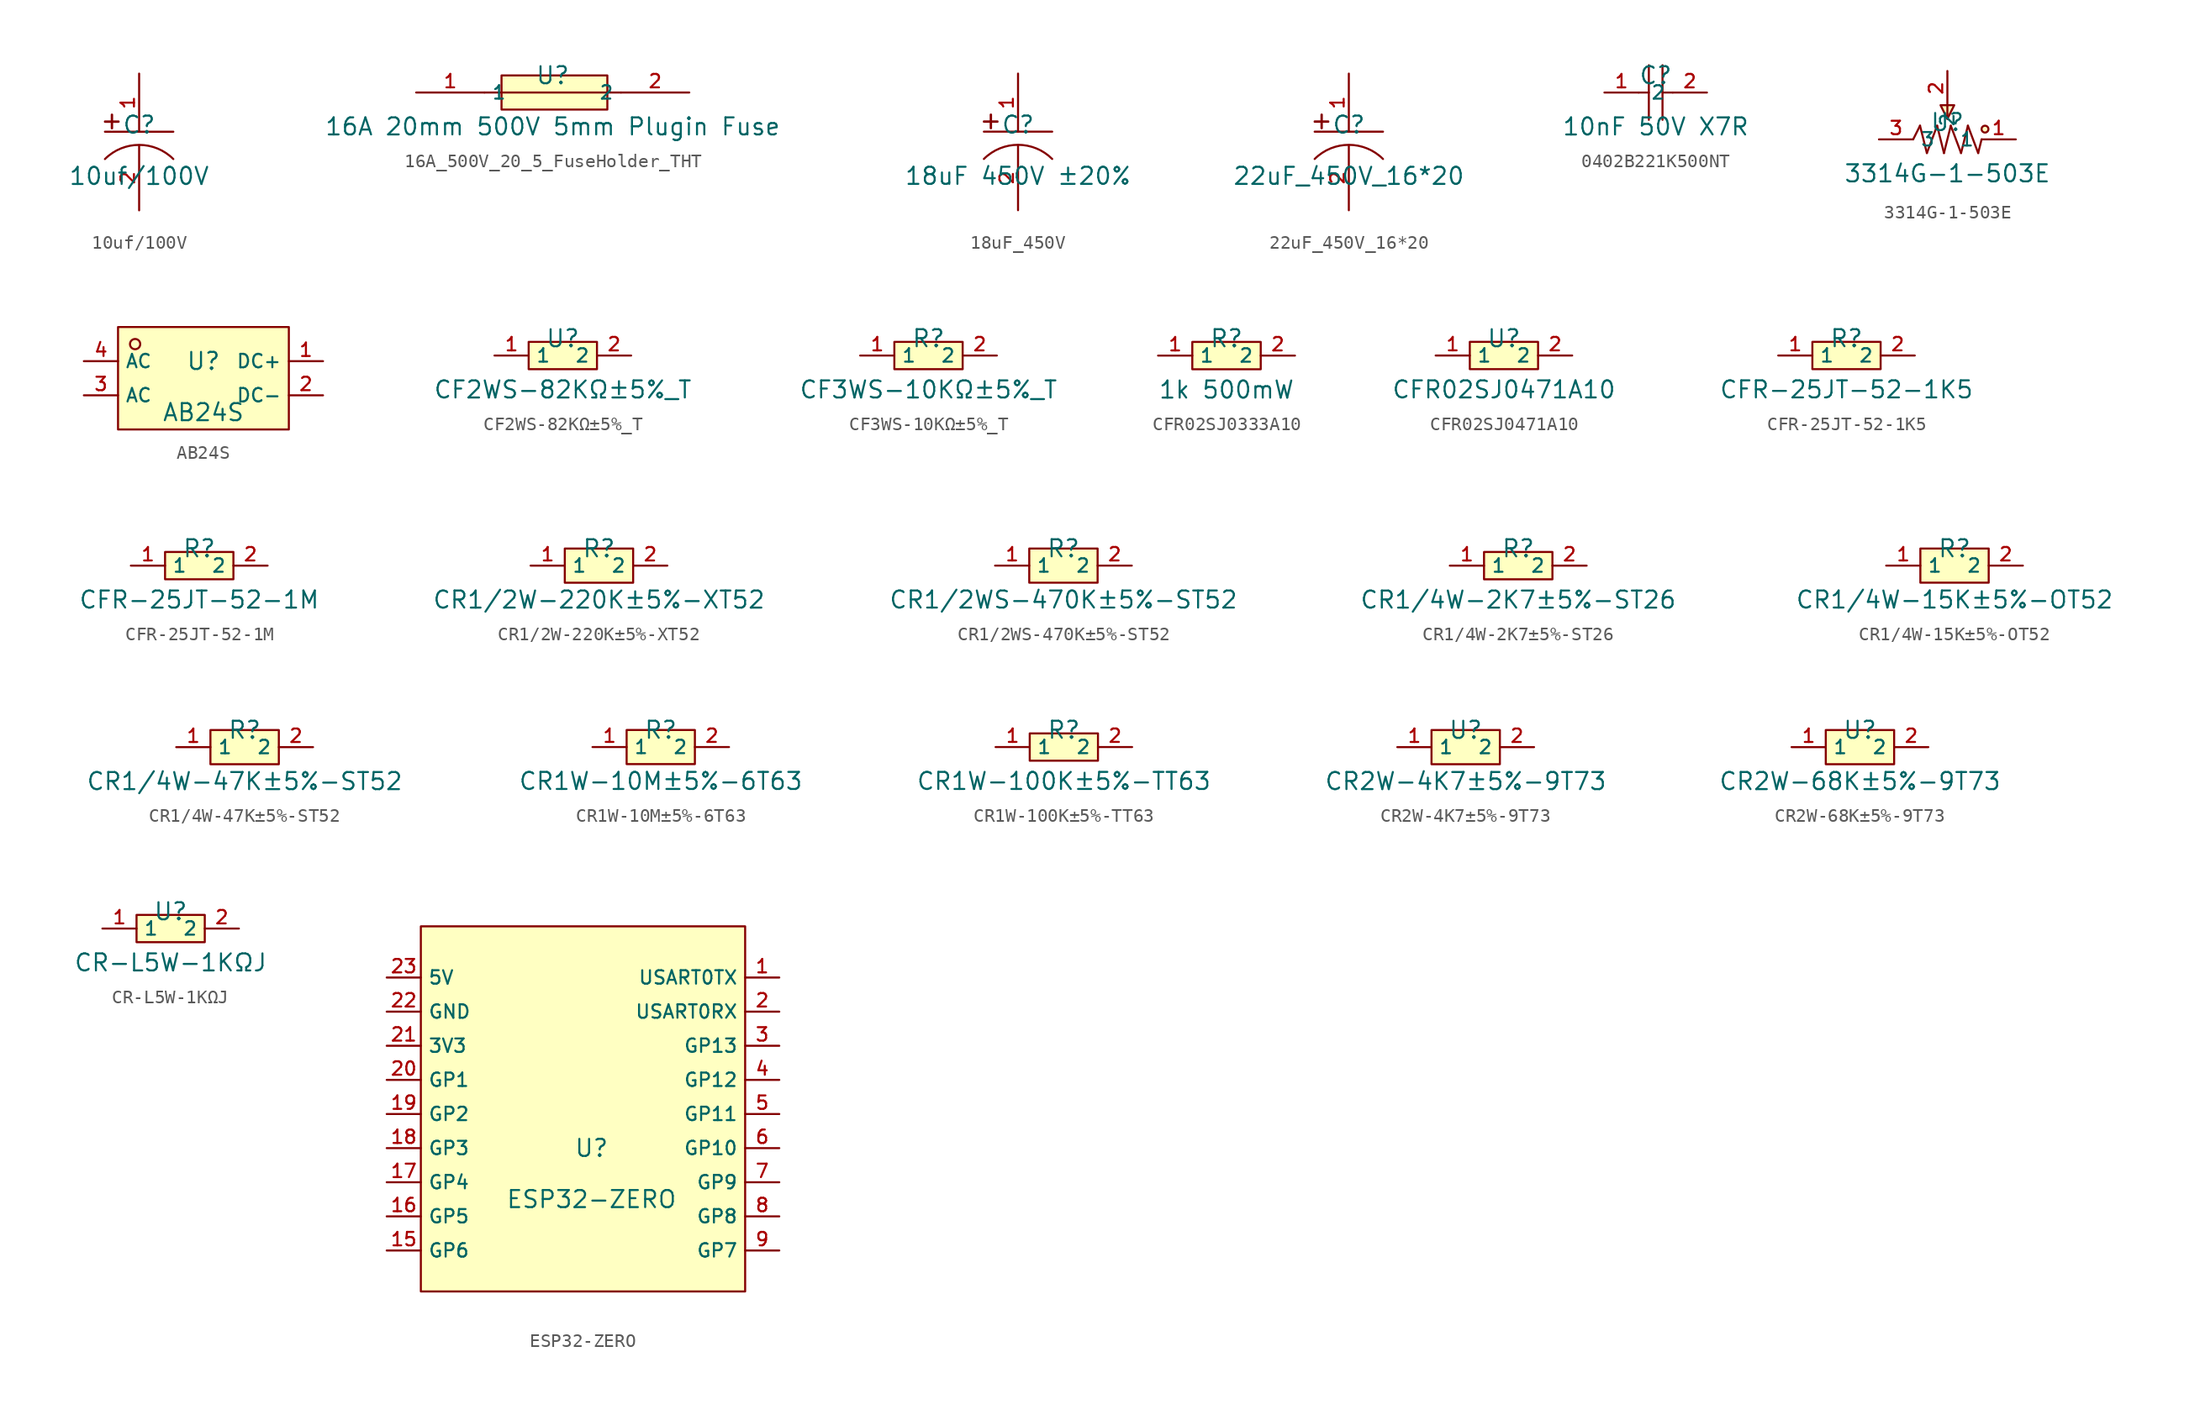
<source format=kicad_sym>
(kicad_symbol_lib
  (version 20241209)
  (generator "kicad_symbol_editor")
  (generator_version "9.0")
  (symbol "10uf/100V"
    (property "Reference" "C"
      (at 0 1.27 0)
      (effects (font (size 1.27 1.27))))
    (property "Value" "10uf{slash}100V"
      (at 0 -2.54 0)
      (effects (font (size 1.27 1.27))))
    (symbol "10uf/100V_0_1"
      (rectangle (start -2.54 1.524) (end -1.524 1.499) (stroke (width 0) (type default)) (fill (type background)))
      (polyline (pts (xy -2.54 0.762) (xy 2.54 0.762)) (stroke (width 0) (type default)) (fill (type none)))
      (rectangle (start -2.032 2.032) (end -2.007 1.016) (stroke (width 0) (type default)) (fill (type background)))
      (arc (start -2.54 -1.27) (mid 0 -0.2179) (end 2.54 -1.27) (stroke (width 0) (type default)) (fill (type none))))
    (symbol "10uf/100V_1_1"
      (pin passive line (at 0 5.08 270) (length 4.318) (name "" (effects (font (size 1 1)))) (number "1" (effects (font (size 1 1)))))
      (pin passive line (at 0 -5.08 90) (length 4.826) (name "" (effects (font (size 1 1)))) (number "2" (effects (font (size 1 1)))))))
  (symbol "16A_500V_20_5_FuseHolder_THT"
    (property "Reference" "U"
      (at 0 1.27 0)
      (effects (font (size 1.27 1.27))))
    (property "Value" "16A 20mm 500V 5mm Plugin Fuse"
      (at 0 -2.54 0)
      (effects (font (size 1.27 1.27))))
    (symbol "16A_500V_20_5_FuseHolder_THT_0_1"
      (polyline (pts (xy -5.08 0) (xy 5.08 0)) (stroke (width 0) (type default)) (fill (type none)))
      (rectangle (start -3.81 1.27) (end 4.064 -1.27) (stroke (width 0) (type default)) (fill (type background)))
      (pin unspecified line (at -10.16 0 0) (length 5.08) (name "1" (effects (font (size 1 1)))) (number "1" (effects (font (size 1 1)))))
      (pin unspecified line (at 10.16 0 180) (length 5.08) (name "2" (effects (font (size 1 1)))) (number "2" (effects (font (size 1 1)))))))
  (symbol "18uF_450V"
    (property "Reference" "C"
      (at 0 1.27 0)
      (effects (font (size 1.27 1.27))))
    (property "Value" "18uF 450V ±20%"
      (at 0 -2.54 0)
      (effects (font (size 1.27 1.27))))
    (symbol "18uF_450V_0_1"
      (rectangle (start -2.54 1.524) (end -1.524 1.499) (stroke (width 0) (type default)) (fill (type background)))
      (polyline (pts (xy -2.54 0.762) (xy 2.54 0.762)) (stroke (width 0) (type default)) (fill (type none)))
      (rectangle (start -2.032 2.032) (end -2.007 1.016) (stroke (width 0) (type default)) (fill (type background)))
      (arc (start -2.54 -1.27) (mid 0 -0.2179) (end 2.54 -1.27) (stroke (width 0) (type default)) (fill (type none))))
    (symbol "18uF_450V_1_1"
      (pin passive line (at 0 5.08 270) (length 4.318) (name "" (effects (font (size 1 1)))) (number "1" (effects (font (size 1 1)))))
      (pin passive line (at 0 -5.08 90) (length 4.826) (name "" (effects (font (size 1 1)))) (number "2" (effects (font (size 1 1)))))))
  (symbol "22uF_450V_16*20"
    (property "Reference" "C"
      (at 0 1.27 0)
      (effects (font (size 1.27 1.27))))
    (property "Value" "22uF_450V_16*20"
      (at 0 -2.54 0)
      (effects (font (size 1.27 1.27))))
    (symbol "22uF_450V_16*20_0_1"
      (rectangle (start -2.54 1.524) (end -1.524 1.499) (stroke (width 0) (type default)) (fill (type background)))
      (polyline (pts (xy -2.54 0.762) (xy 2.54 0.762)) (stroke (width 0) (type default)) (fill (type none)))
      (rectangle (start -2.032 2.032) (end -2.007 1.016) (stroke (width 0) (type default)) (fill (type background)))
      (arc (start -2.54 -1.27) (mid 0 -0.2179) (end 2.54 -1.27) (stroke (width 0) (type default)) (fill (type none))))
    (symbol "22uF_450V_16*20_1_1"
      (pin passive line (at 0 5.08 270) (length 4.318) (name "" (effects (font (size 1 1)))) (number "1" (effects (font (size 1 1)))))
      (pin passive line (at 0 -5.08 90) (length 4.826) (name "" (effects (font (size 1 1)))) (number "2" (effects (font (size 1 1)))))))
  (symbol "0402B221K500NT"
    (property "Reference" "C"
      (at 0 1.27 0)
      (effects (font (size 1.27 1.27))))
    (property "Value" "10nF 50V X7R"
      (at 0 -2.54 0)
      (effects (font (size 1.27 1.27))))
    (symbol "0402B221K500NT_0_1"
      (polyline (pts (xy -1.27 0) (xy -0.508 0)) (stroke (width 0) (type default)) (fill (type none)))
      (polyline (pts (xy -0.508 2.032) (xy -0.508 -2.032)) (stroke (width 0) (type default)) (fill (type none)))
      (polyline (pts (xy 0.508 2.032) (xy 0.508 -2.032)) (stroke (width 0) (type default)) (fill (type none)))
      (polyline (pts (xy 0.508 0) (xy 1.27 0)) (stroke (width 0) (type default)) (fill (type none)))
      (pin passive line (at 3.81 0 180) (length 2.54) (name "2" (effects (font (size 1 1)))) (number "2" (effects (font (size 1 1))))))
    (symbol "0402B221K500NT_1_1"
      (pin passive line (at -3.81 0 0) (length 2.54) (name "" (effects (font (size 1 1)))) (number "1" (effects (font (size 1 1)))))))
  (symbol "3314G-1-503E"
    (property "Reference" "U"
      (at 0 1.27 0)
      (effects (font (size 1.27 1.27))))
    (property "Value" "3314G-1-503E"
      (at 0 -2.54 0)
      (effects (font (size 1.27 1.27))))
    (symbol "3314G-1-503E_0_1"
      (polyline (pts (xy -2.54 0) (xy -2.032 1.016)) (stroke (width 0) (type default)) (fill (type none)))
      (polyline (pts (xy -2.032 1.016) (xy -1.524 -1.016)) (stroke (width 0) (type default)) (fill (type none)))
      (polyline (pts (xy -1.524 -1.016) (xy -0.762 1.016)) (stroke (width 0) (type default)) (fill (type none)))
      (polyline (pts (xy -0.762 1.016) (xy -0.254 -1.016)) (stroke (width 0) (type default)) (fill (type none)))
      (polyline (pts (xy -0.508 2.54) (xy 0 1.524) (xy 0.508 2.54) (xy -0.508 2.54)) (stroke (width 0) (type default)) (fill (type background)))
      (polyline (pts (xy -0.254 -1.016) (xy 0.254 1.016)) (stroke (width 0) (type default)) (fill (type none)))
      (polyline (pts (xy 0 2.54) (xy 0 1.524)) (stroke (width 0) (type default)) (fill (type none)))
      (polyline (pts (xy 0.254 1.016) (xy 1.016 -1.016)) (stroke (width 0) (type default)) (fill (type none)))
      (polyline (pts (xy 1.016 -1.016) (xy 1.524 1.016)) (stroke (width 0) (type default)) (fill (type none)))
      (polyline (pts (xy 1.524 1.016) (xy 2.286 -1.016)) (stroke (width 0) (type default)) (fill (type none)))
      (polyline (pts (xy 2.286 -1.016) (xy 2.54 0)) (stroke (width 0) (type default)) (fill (type none)))
      (circle (center 2.794 0.762) (radius 0.254) (stroke (width 0) (type default)) (fill (type background)))
      (pin unspecified line (at -5.08 0 0) (length 2.54) (name "3" (effects (font (size 1 1)))) (number "3" (effects (font (size 1 1)))))
      (pin unspecified line (at 0 5.08 270) (length 2.54) (name "2" (effects (font (size 1 1)))) (number "2" (effects (font (size 1 1)))))
      (pin unspecified line (at 5.08 0 180) (length 2.54) (name "1" (effects (font (size 1 1)))) (number "1" (effects (font (size 1 1)))))))
  (symbol "AB24S"
    (property "Reference" "U"
      (at 0 1.27 0)
      (effects (font (size 1.27 1.27))))
    (property "Value" "AB24S"
      (at 0 -2.54 0)
      (effects (font (size 1.27 1.27))))
    (symbol "AB24S_0_1"
      (rectangle (start -6.35 3.81) (end 6.35 -3.81) (stroke (width 0) (type default)) (fill (type background)))
      (circle (center -5.08 2.54) (radius 0.381) (stroke (width 0) (type default)) (fill (type background)))
      (pin passive line (at -8.89 1.27 0) (length 2.54) (name "AC" (effects (font (size 1 1)))) (number "4" (effects (font (size 1 1)))))
      (pin passive line (at -8.89 -1.27 0) (length 2.54) (name "AC" (effects (font (size 1 1)))) (number "3" (effects (font (size 1 1)))))
      (pin passive line (at 8.89 1.27 180) (length 2.54) (name "DC+" (effects (font (size 1 1)))) (number "1" (effects (font (size 1 1)))))
      (pin passive line (at 8.89 -1.27 180) (length 2.54) (name "DC-" (effects (font (size 1 1)))) (number "2" (effects (font (size 1 1)))))))
  (symbol "CF2WS-82KΩ±5%_T"
    (property "Reference" "U"
      (at 0 1.27 0)
      (effects (font (size 1.27 1.27))))
    (property "Value" "CF2WS-82KΩ±5%_T"
      (at 0 -2.54 0)
      (effects (font (size 1.27 1.27))))
    (symbol "CF2WS-82KΩ±5%_T_0_1"
      (rectangle (start -2.54 1.016) (end 2.54 -1.016) (stroke (width 0) (type default)) (fill (type background)))
      (pin passive line (at -5.08 0 0) (length 2.54) (name "1" (effects (font (size 1 1)))) (number "1" (effects (font (size 1 1)))))
      (pin passive line (at 5.08 0 180) (length 2.54) (name "2" (effects (font (size 1 1)))) (number "2" (effects (font (size 1 1)))))))
  (symbol "CF3WS-10KΩ±5%_T"
    (property "Reference" "R"
      (at 0 1.27 0)
      (effects (font (size 1.27 1.27))))
    (property "Value" "CF3WS-10KΩ±5%_T"
      (at 0 -2.54 0)
      (effects (font (size 1.27 1.27))))
    (symbol "CF3WS-10KΩ±5%_T_0_1"
      (rectangle (start -2.54 1.016) (end 2.54 -1.016) (stroke (width 0) (type default)) (fill (type background)))
      (pin passive line (at -5.08 0 0) (length 2.54) (name "1" (effects (font (size 1 1)))) (number "1" (effects (font (size 1 1)))))
      (pin passive line (at 5.08 0 180) (length 2.54) (name "2" (effects (font (size 1 1)))) (number "2" (effects (font (size 1 1)))))))
  (symbol "CFR02SJ0333A10"
    (property "Reference" "R"
      (at 0 1.27 0)
      (effects (font (size 1.27 1.27))))
    (property "Value" "1k 500mW"
      (at 0 -2.54 0)
      (effects (font (size 1.27 1.27))))
    (symbol "CFR02SJ0333A10_0_1"
      (rectangle (start -2.54 1.016) (end 2.54 -1.016) (stroke (width 0) (type default)) (fill (type background)))
      (pin passive line (at -5.08 0 0) (length 2.54) (name "1" (effects (font (size 1 1)))) (number "1" (effects (font (size 1 1)))))
      (pin passive line (at 5.08 0 180) (length 2.54) (name "2" (effects (font (size 1 1)))) (number "2" (effects (font (size 1 1)))))))
  (symbol "CFR02SJ0471A10"
    (property "Reference" "U"
      (at 0 1.27 0)
      (effects (font (size 1.27 1.27))))
    (property "Value" "CFR02SJ0471A10"
      (at 0 -2.54 0)
      (effects (font (size 1.27 1.27))))
    (symbol "CFR02SJ0471A10_0_1"
      (rectangle (start -2.54 1.016) (end 2.54 -1.016) (stroke (width 0) (type default)) (fill (type background)))
      (pin passive line (at -5.08 0 0) (length 2.54) (name "1" (effects (font (size 1 1)))) (number "1" (effects (font (size 1 1)))))
      (pin passive line (at 5.08 0 180) (length 2.54) (name "2" (effects (font (size 1 1)))) (number "2" (effects (font (size 1 1)))))))
  (symbol "CFR-25JT-52-1K5"
    (property "Reference" "R"
      (at 0 1.27 0)
      (effects (font (size 1.27 1.27))))
    (property "Value" "CFR-25JT-52-1K5"
      (at 0 -2.54 0)
      (effects (font (size 1.27 1.27))))
    (symbol "CFR-25JT-52-1K5_0_1"
      (rectangle (start -2.54 1.016) (end 2.54 -1.016) (stroke (width 0) (type default)) (fill (type background)))
      (pin passive line (at -5.08 0 0) (length 2.54) (name "1" (effects (font (size 1 1)))) (number "1" (effects (font (size 1 1)))))
      (pin passive line (at 5.08 0 180) (length 2.54) (name "2" (effects (font (size 1 1)))) (number "2" (effects (font (size 1 1)))))))
  (symbol "CFR-25JT-52-1M"
    (property "Reference" "R"
      (at 0 1.27 0)
      (effects (font (size 1.27 1.27))))
    (property "Value" "CFR-25JT-52-1M"
      (at 0 -2.54 0)
      (effects (font (size 1.27 1.27))))
    (symbol "CFR-25JT-52-1M_0_1"
      (rectangle (start -2.54 1.016) (end 2.54 -1.016) (stroke (width 0) (type default)) (fill (type background)))
      (pin passive line (at -5.08 0 0) (length 2.54) (name "1" (effects (font (size 1 1)))) (number "1" (effects (font (size 1 1)))))
      (pin passive line (at 5.08 0 180) (length 2.54) (name "2" (effects (font (size 1 1)))) (number "2" (effects (font (size 1 1)))))))
  (symbol "CR1/2W-220K±5%-XT52"
    (property "Reference" "R"
      (at 0 1.27 0)
      (effects (font (size 1.27 1.27))))
    (property "Value" "CR1{slash}2W-220K±5%-XT52"
      (at 0 -2.54 0)
      (effects (font (size 1.27 1.27))))
    (symbol "CR1/2W-220K±5%-XT52_0_1"
      (rectangle (start -2.54 1.27) (end 2.54 -1.27) (stroke (width 0) (type default)) (fill (type background)))
      (pin passive line (at -5.08 0 0) (length 2.54) (name "1" (effects (font (size 1 1)))) (number "1" (effects (font (size 1 1)))))
      (pin passive line (at 5.08 0 180) (length 2.54) (name "2" (effects (font (size 1 1)))) (number "2" (effects (font (size 1 1)))))))
  (symbol "CR1/2WS-470K±5%-ST52"
    (property "Reference" "R"
      (at 0 1.27 0)
      (effects (font (size 1.27 1.27))))
    (property "Value" "CR1{slash}2WS-470K±5%-ST52"
      (at 0 -2.54 0)
      (effects (font (size 1.27 1.27))))
    (symbol "CR1/2WS-470K±5%-ST52_0_1"
      (rectangle (start -2.54 1.27) (end 2.54 -1.27) (stroke (width 0) (type default)) (fill (type background)))
      (pin passive line (at -5.08 0 0) (length 2.54) (name "1" (effects (font (size 1 1)))) (number "1" (effects (font (size 1 1)))))
      (pin passive line (at 5.08 0 180) (length 2.54) (name "2" (effects (font (size 1 1)))) (number "2" (effects (font (size 1 1)))))))
  (symbol "CR1/4W-2K7±5%-ST26"
    (property "Reference" "R"
      (at 0 1.27 0)
      (effects (font (size 1.27 1.27))))
    (property "Value" "CR1{slash}4W-2K7±5%-ST26"
      (at 0 -2.54 0)
      (effects (font (size 1.27 1.27))))
    (symbol "CR1/4W-2K7±5%-ST26_0_1"
      (rectangle (start -2.54 1.016) (end 2.54 -1.016) (stroke (width 0) (type default)) (fill (type background)))
      (pin passive line (at -5.08 0 0) (length 2.54) (name "1" (effects (font (size 1 1)))) (number "1" (effects (font (size 1 1)))))
      (pin passive line (at 5.08 0 180) (length 2.54) (name "2" (effects (font (size 1 1)))) (number "2" (effects (font (size 1 1)))))))
  (symbol "CR1/4W-15K±5%-OT52"
    (property "Reference" "R"
      (at 0 1.27 0)
      (effects (font (size 1.27 1.27))))
    (property "Value" "CR1{slash}4W-15K±5%-OT52"
      (at 0 -2.54 0)
      (effects (font (size 1.27 1.27))))
    (symbol "CR1/4W-15K±5%-OT52_0_1"
      (rectangle (start -2.54 1.27) (end 2.54 -1.27) (stroke (width 0) (type default)) (fill (type background)))
      (pin passive line (at -5.08 0 0) (length 2.54) (name "1" (effects (font (size 1 1)))) (number "1" (effects (font (size 1 1)))))
      (pin passive line (at 5.08 0 180) (length 2.54) (name "2" (effects (font (size 1 1)))) (number "2" (effects (font (size 1 1)))))))
  (symbol "CR1/4W-47K±5%-ST52"
    (property "Reference" "R"
      (at 0 1.27 0)
      (effects (font (size 1.27 1.27))))
    (property "Value" "CR1{slash}4W-47K±5%-ST52"
      (at 0 -2.54 0)
      (effects (font (size 1.27 1.27))))
    (symbol "CR1/4W-47K±5%-ST52_0_1"
      (rectangle (start -2.54 1.27) (end 2.54 -1.27) (stroke (width 0) (type default)) (fill (type background)))
      (pin passive line (at -5.08 0 0) (length 2.54) (name "1" (effects (font (size 1 1)))) (number "1" (effects (font (size 1 1)))))
      (pin passive line (at 5.08 0 180) (length 2.54) (name "2" (effects (font (size 1 1)))) (number "2" (effects (font (size 1 1)))))))
  (symbol "CR1W-10M±5%-6T63"
    (property "Reference" "R"
      (at 0 1.27 0)
      (effects (font (size 1.27 1.27))))
    (property "Value" "CR1W-10M±5%-6T63"
      (at 0 -2.54 0)
      (effects (font (size 1.27 1.27))))
    (symbol "CR1W-10M±5%-6T63_0_1"
      (rectangle (start -2.54 1.27) (end 2.54 -1.27) (stroke (width 0) (type default)) (fill (type background)))
      (pin passive line (at -5.08 0 0) (length 2.54) (name "1" (effects (font (size 1 1)))) (number "1" (effects (font (size 1 1)))))
      (pin passive line (at 5.08 0 180) (length 2.54) (name "2" (effects (font (size 1 1)))) (number "2" (effects (font (size 1 1)))))))
  (symbol "CR1W-100K±5%-TT63"
    (property "Reference" "R"
      (at 0 1.27 0)
      (effects (font (size 1.27 1.27))))
    (property "Value" "CR1W-100K±5%-TT63"
      (at 0 -2.54 0)
      (effects (font (size 1.27 1.27))))
    (symbol "CR1W-100K±5%-TT63_0_1"
      (rectangle (start -2.54 1.016) (end 2.54 -1.016) (stroke (width 0) (type default)) (fill (type background)))
      (pin passive line (at -5.08 0 0) (length 2.54) (name "1" (effects (font (size 1 1)))) (number "1" (effects (font (size 1 1)))))
      (pin passive line (at 5.08 0 180) (length 2.54) (name "2" (effects (font (size 1 1)))) (number "2" (effects (font (size 1 1)))))))
  (symbol "CR2W-4K7±5%-9T73"
    (property "Reference" "U"
      (at 0 1.27 0)
      (effects (font (size 1.27 1.27))))
    (property "Value" "CR2W-4K7±5%-9T73"
      (at 0 -2.54 0)
      (effects (font (size 1.27 1.27))))
    (symbol "CR2W-4K7±5%-9T73_0_1"
      (rectangle (start -2.54 1.27) (end 2.54 -1.27) (stroke (width 0) (type default)) (fill (type background)))
      (pin passive line (at -5.08 0 0) (length 2.54) (name "1" (effects (font (size 1 1)))) (number "1" (effects (font (size 1 1)))))
      (pin passive line (at 5.08 0 180) (length 2.54) (name "2" (effects (font (size 1 1)))) (number "2" (effects (font (size 1 1)))))))
  (symbol "CR2W-68K±5%-9T73"
    (property "Reference" "U"
      (at 0 1.27 0)
      (effects (font (size 1.27 1.27))))
    (property "Value" "CR2W-68K±5%-9T73"
      (at 0 -2.54 0)
      (effects (font (size 1.27 1.27))))
    (symbol "CR2W-68K±5%-9T73_0_1"
      (rectangle (start -2.54 1.27) (end 2.54 -1.27) (stroke (width 0) (type default)) (fill (type background)))
      (pin unspecified line (at -5.08 0 0) (length 2.54) (name "1" (effects (font (size 1 1)))) (number "1" (effects (font (size 1 1)))))
      (pin unspecified line (at 5.08 0 180) (length 2.54) (name "2" (effects (font (size 1 1)))) (number "2" (effects (font (size 1 1)))))))
  (symbol "CR-L5W-1KΩJ"
    (property "Reference" "U"
      (at 0 1.27 0)
      (effects (font (size 1.27 1.27))))
    (property "Value" "CR-L5W-1KΩJ"
      (at 0 -2.54 0)
      (effects (font (size 1.27 1.27))))
    (symbol "CR-L5W-1KΩJ_0_1"
      (rectangle (start -2.54 1.016) (end 2.54 -1.016) (stroke (width 0) (type default)) (fill (type background)))
      (pin passive line (at -5.08 0 0) (length 2.54) (name "1" (effects (font (size 1 1)))) (number "1" (effects (font (size 1 1)))))
      (pin passive line (at 5.08 0 180) (length 2.54) (name "2" (effects (font (size 1 1)))) (number "2" (effects (font (size 1 1)))))))
  (symbol "ESP32-ZERO"
    (property "Reference" "U"
      (at 0 1.27 0)
      (effects (font (size 1.27 1.27))))
    (property "Value" "ESP32-ZERO"
      (at 0 -2.54 0)
      (effects (font (size 1.27 1.27))))
    (symbol "ESP32-ZERO_0_1"
      (rectangle (start -12.7 17.78) (end 11.43 -9.398) (stroke (width 0) (type default)) (fill (type background)))
      (pin unspecified line (at -15.24 13.97 0) (length 2.54) (name "5V" (effects (font (size 1 1)))) (number "23" (effects (font (size 1 1)))))
      (pin unspecified line (at -15.24 11.43 0) (length 2.54) (name "GND" (effects (font (size 1 1)))) (number "22" (effects (font (size 1 1)))))
      (pin unspecified line (at -15.24 8.89 0) (length 2.54) (name "3V3" (effects (font (size 1 1)))) (number "21" (effects (font (size 1 1)))))
      (pin unspecified line (at -15.24 6.35 0) (length 2.54) (name "GP1" (effects (font (size 1 1)))) (number "20" (effects (font (size 1 1))))))
    (symbol "ESP32-ZERO_1_1"
      (pin unspecified line (at -15.24 3.81 0) (length 2.54) (name "GP2" (effects (font (size 1 1)))) (number "19" (effects (font (size 1 1)))))
      (pin unspecified line (at -15.24 1.27 0) (length 2.54) (name "GP3" (effects (font (size 1 1)))) (number "18" (effects (font (size 1 1)))))
      (pin unspecified line (at -15.24 -1.27 0) (length 2.54) (name "GP4" (effects (font (size 1 1)))) (number "17" (effects (font (size 1 1)))))
      (pin unspecified line (at -15.24 -3.81 0) (length 2.54) (name "GP5" (effects (font (size 1 1)))) (number "16" (effects (font (size 1 1)))))
      (pin unspecified line (at -15.24 -6.35 0) (length 2.54) (name "GP6" (effects (font (size 1 1)))) (number "15" (effects (font (size 1 1)))))
      (pin unspecified line (at 13.97 13.97 180) (length 2.54) (name "USART0TX" (effects (font (size 1 1)))) (number "1" (effects (font (size 1 1)))))
      (pin unspecified line (at 13.97 11.43 180) (length 2.54) (name "USART0RX" (effects (font (size 1 1)))) (number "2" (effects (font (size 1 1)))))
      (pin unspecified line (at 13.97 8.89 180) (length 2.54) (name "GP13" (effects (font (size 1 1)))) (number "3" (effects (font (size 1 1)))))
      (pin unspecified line (at 13.97 6.35 180) (length 2.54) (name "GP12" (effects (font (size 1 1)))) (number "4" (effects (font (size 1 1)))))
      (pin unspecified line (at 13.97 3.81 180) (length 2.54) (name "GP11" (effects (font (size 1 1)))) (number "5" (effects (font (size 1 1)))))
      (pin unspecified line (at 13.97 1.27 180) (length 2.54) (name "GP10" (effects (font (size 1 1)))) (number "6" (effects (font (size 1 1)))))
      (pin unspecified line (at 13.97 -1.27 180) (length 2.54) (name "GP9" (effects (font (size 1 1)))) (number "7" (effects (font (size 1 1)))))
      (pin unspecified line (at 13.97 -3.81 180) (length 2.54) (name "GP8" (effects (font (size 1 1)))) (number "8" (effects (font (size 1 1)))))
      (pin unspecified line (at 13.97 -6.35 180) (length 2.54) (name "GP7" (effects (font (size 1 1)))) (number "9" (effects (font (size 1 1))))))))
</source>
